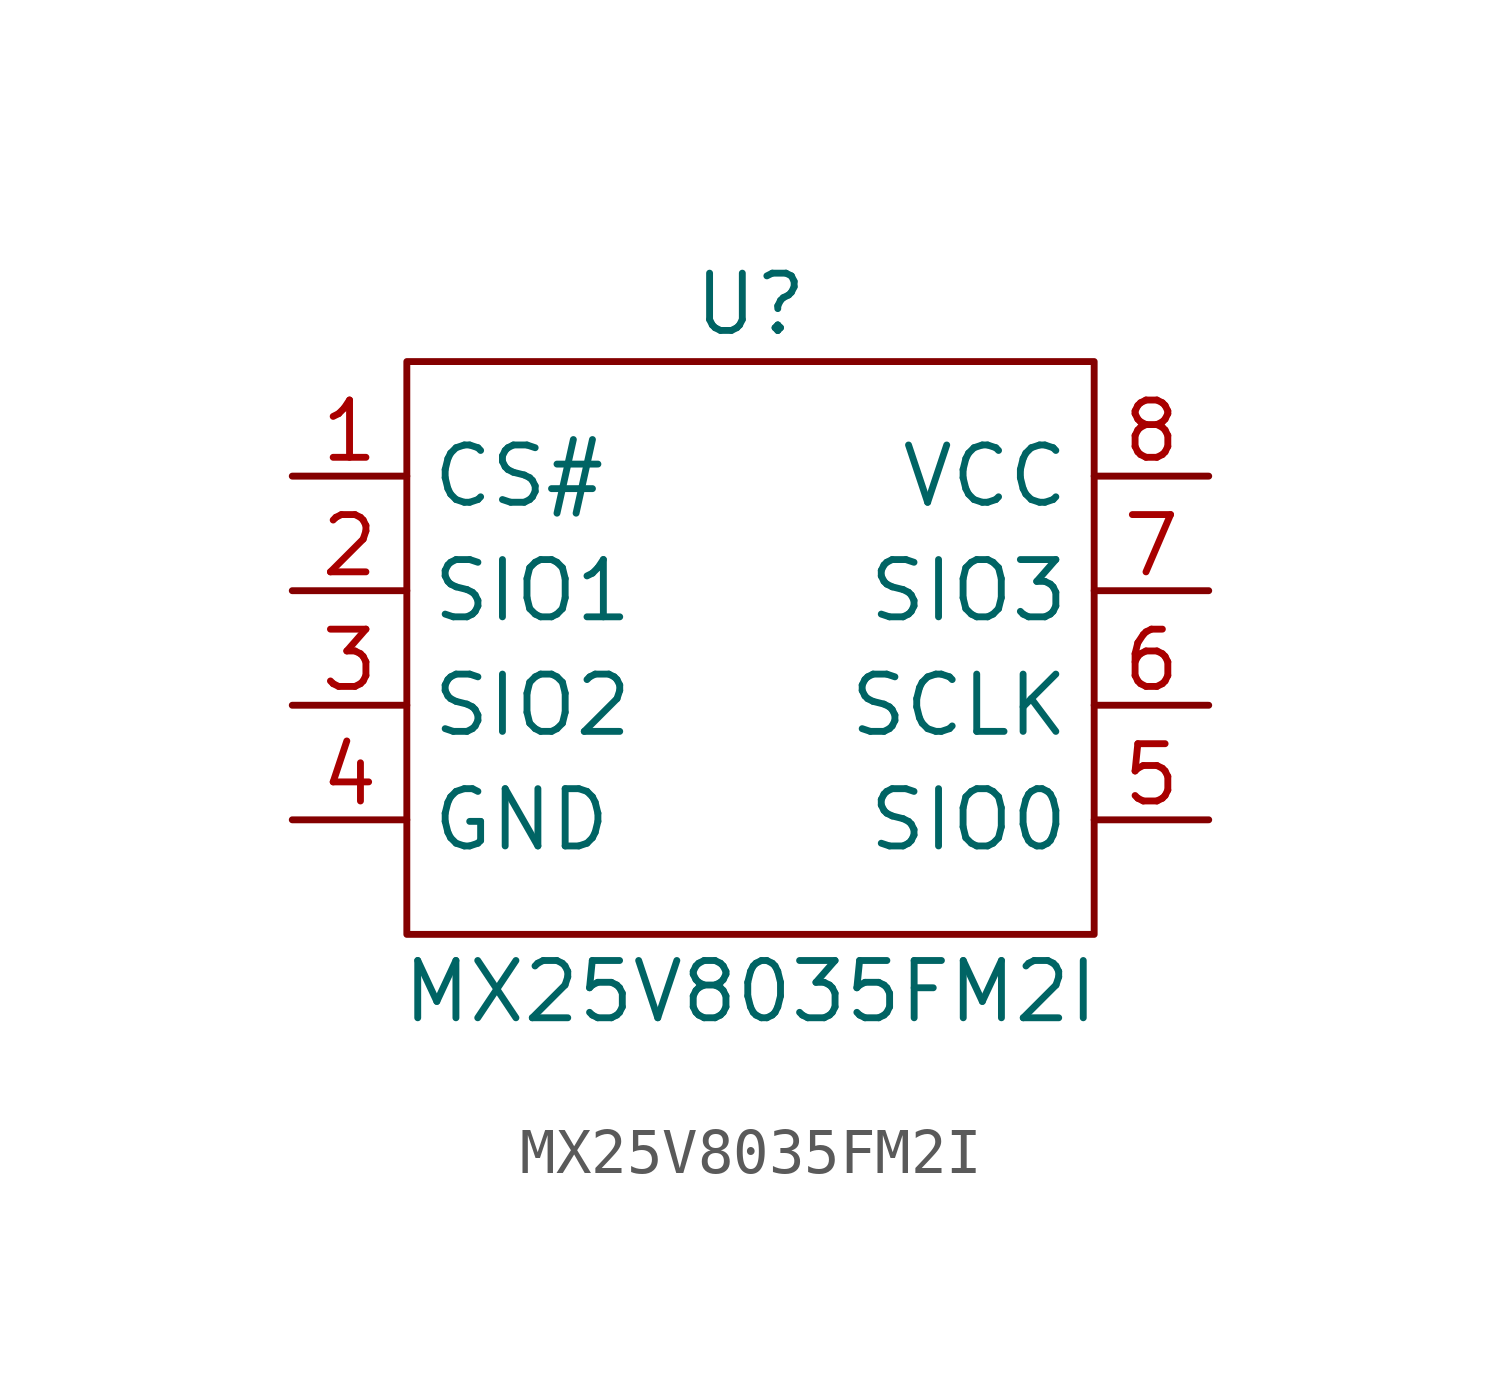
<source format=kicad_sym>
(kicad_symbol_lib
  (version 20211014)
  (generator kicad_symbol_editor)
  (symbol "MX25V8035FM2I"
    (property "Reference" "U"
      (at 0 3.81 0)
      (effects (font (size 1.27 1.27))))
    (property "Value" "MX25V8035FM2I"
      (at 0 -11.43 0)
      (effects (font (size 1.27 1.27))))
    (symbol "MX25V8035FM2I_0_1"
      (rectangle (start -7.62 2.54) (end 7.62 -10.16) (stroke (width 0) (type default) (color 0 0 0 0)) (fill (type none))))
    (symbol "MX25V8035FM2I_1_1"
      (pin input line (at -10.16 0 0) (length 2.54) (name "CS#" (effects (font (size 1.27 1.27)))) (number "1" (effects (font (size 1.27 1.27)))))
      (pin bidirectional line (at -10.16 -2.54 0) (length 2.54) (name "SIO1" (effects (font (size 1.27 1.27)))) (number "2" (effects (font (size 1.27 1.27)))))
      (pin bidirectional line (at -10.16 -5.08 0) (length 2.54) (name "SIO2" (effects (font (size 1.27 1.27)))) (number "3" (effects (font (size 1.27 1.27)))))
      (pin power_in line (at -10.16 -7.62 0) (length 2.54) (name "GND" (effects (font (size 1.27 1.27)))) (number "4" (effects (font (size 1.27 1.27)))))
      (pin bidirectional line (at 10.16 -7.62 180) (length 2.54) (name "SIO0" (effects (font (size 1.27 1.27)))) (number "5" (effects (font (size 1.27 1.27)))))
      (pin input line (at 10.16 -5.08 180) (length 2.54) (name "SCLK" (effects (font (size 1.27 1.27)))) (number "6" (effects (font (size 1.27 1.27)))))
      (pin bidirectional line (at 10.16 -2.54 180) (length 2.54) (name "SIO3" (effects (font (size 1.27 1.27)))) (number "7" (effects (font (size 1.27 1.27)))))
      (pin power_in line (at 10.16 0 180) (length 2.54) (name "VCC" (effects (font (size 1.27 1.27)))) (number "8" (effects (font (size 1.27 1.27))))))))
</source>
